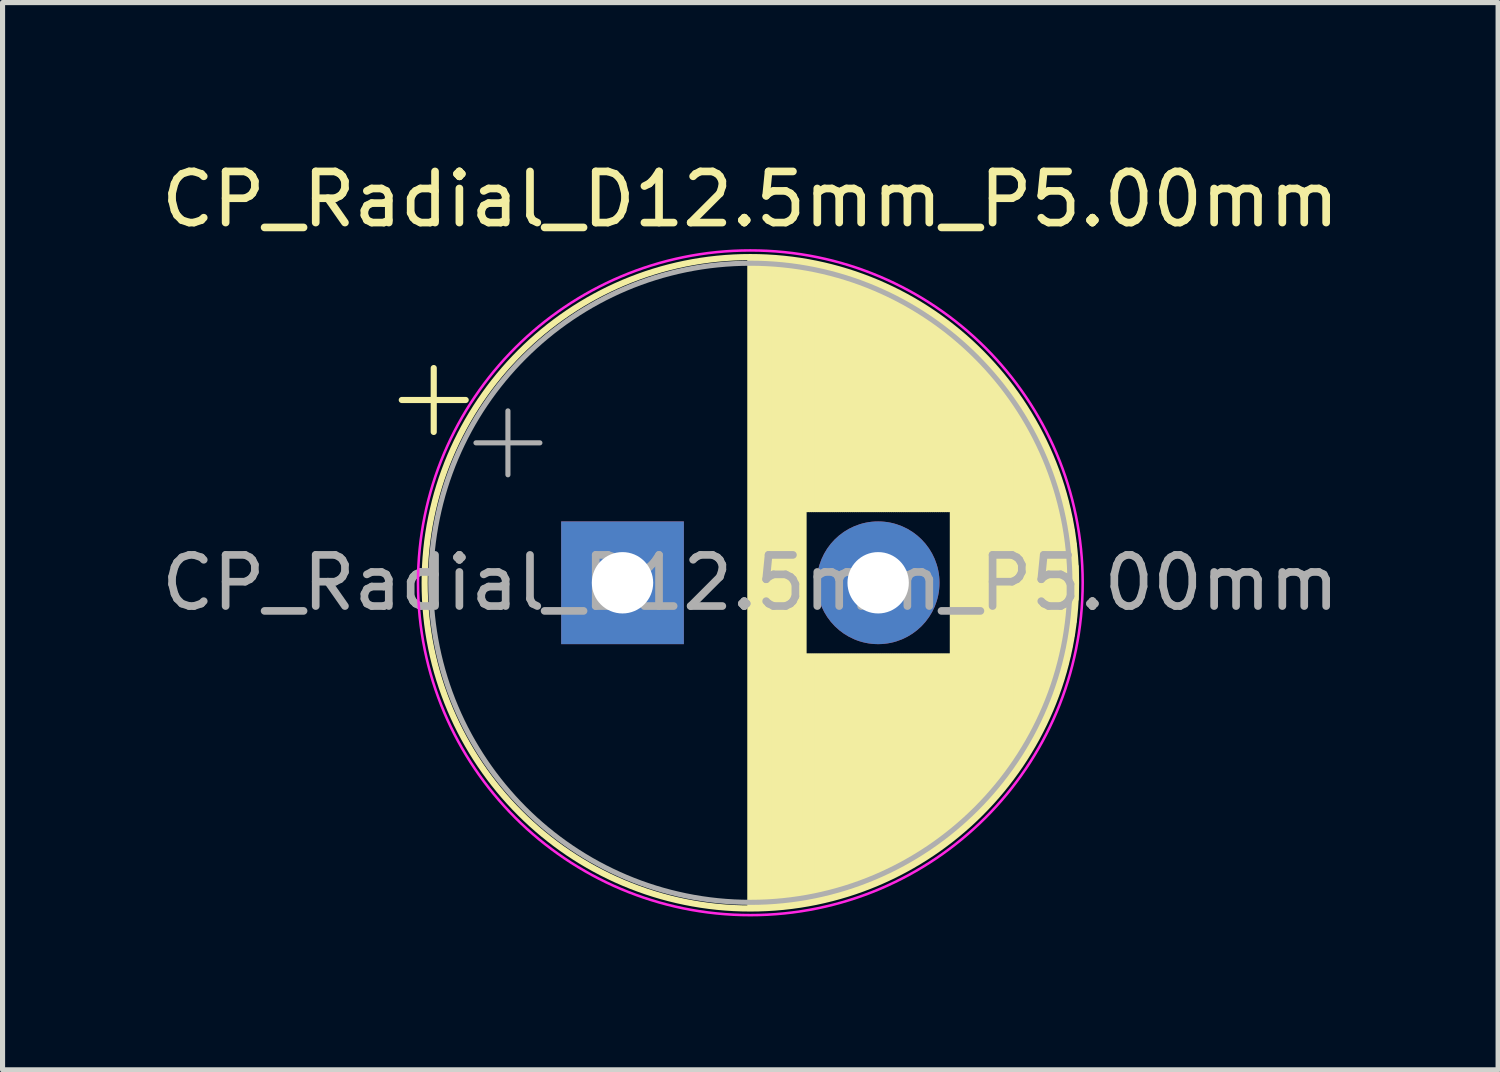
<source format=kicad_pcb>
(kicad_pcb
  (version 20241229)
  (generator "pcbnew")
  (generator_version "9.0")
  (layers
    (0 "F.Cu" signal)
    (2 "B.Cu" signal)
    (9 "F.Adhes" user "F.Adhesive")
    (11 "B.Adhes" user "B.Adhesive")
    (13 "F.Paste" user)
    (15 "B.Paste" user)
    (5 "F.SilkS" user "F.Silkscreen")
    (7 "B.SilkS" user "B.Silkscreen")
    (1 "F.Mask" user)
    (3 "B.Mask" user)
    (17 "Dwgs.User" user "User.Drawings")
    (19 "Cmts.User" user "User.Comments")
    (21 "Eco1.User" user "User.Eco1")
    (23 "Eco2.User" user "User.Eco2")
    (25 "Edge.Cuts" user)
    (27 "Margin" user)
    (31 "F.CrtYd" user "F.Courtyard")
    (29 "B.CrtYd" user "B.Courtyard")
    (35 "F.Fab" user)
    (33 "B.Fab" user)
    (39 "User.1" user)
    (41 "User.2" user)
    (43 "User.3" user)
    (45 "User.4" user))
  (footprint "CP_Radial_D12.5mm_P5.00mm"
    (layer "F.Cu")
    (at 9.125 8.348)
    (property "Reference" "CP_Radial_D12.5mm_P5.00mm" (at 2.5 -7.5 0) (layer "F.SilkS") (effects (font (size 1 1) (thickness 0.15))))
    (attr through_hole)
    (fp_line (start -4.317 -3.575) (end -3.067 -3.575) (stroke (width 0.12) (type solid)) (layer "F.SilkS"))
    (fp_line (start -3.692 -4.2) (end -3.692 -2.95) (stroke (width 0.12) (type solid)) (layer "F.SilkS"))
    (fp_line (start 2.5 -6.33) (end 2.5 6.33) (stroke (width 0.12) (type solid)) (layer "F.SilkS"))
    (fp_line (start 2.54 -6.33) (end 2.54 6.33) (stroke (width 0.12) (type solid)) (layer "F.SilkS"))
    (fp_line (start 2.58 -6.33) (end 2.58 6.33) (stroke (width 0.12) (type solid)) (layer "F.SilkS"))
    (fp_line (start 2.62 -6.329) (end 2.62 6.329) (stroke (width 0.12) (type solid)) (layer "F.SilkS"))
    (fp_line (start 2.66 -6.328) (end 2.66 6.328) (stroke (width 0.12) (type solid)) (layer "F.SilkS"))
    (fp_line (start 2.7 -6.327) (end 2.7 6.327) (stroke (width 0.12) (type solid)) (layer "F.SilkS"))
    (fp_line (start 2.74 -6.326) (end 2.74 6.326) (stroke (width 0.12) (type solid)) (layer "F.SilkS"))
    (fp_line (start 2.78 -6.324) (end 2.78 6.324) (stroke (width 0.12) (type solid)) (layer "F.SilkS"))
    (fp_line (start 2.82 -6.322) (end 2.82 6.322) (stroke (width 0.12) (type solid)) (layer "F.SilkS"))
    (fp_line (start 2.86 -6.32) (end 2.86 6.32) (stroke (width 0.12) (type solid)) (layer "F.SilkS"))
    (fp_line (start 2.9 -6.318) (end 2.9 6.318) (stroke (width 0.12) (type solid)) (layer "F.SilkS"))
    (fp_line (start 2.94 -6.315) (end 2.94 6.315) (stroke (width 0.12) (type solid)) (layer "F.SilkS"))
    (fp_line (start 2.98 -6.312) (end 2.98 6.312) (stroke (width 0.12) (type solid)) (layer "F.SilkS"))
    (fp_line (start 3.02 -6.309) (end 3.02 6.309) (stroke (width 0.12) (type solid)) (layer "F.SilkS"))
    (fp_line (start 3.06 -6.306) (end 3.06 6.306) (stroke (width 0.12) (type solid)) (layer "F.SilkS"))
    (fp_line (start 3.1 -6.302) (end 3.1 6.302) (stroke (width 0.12) (type solid)) (layer "F.SilkS"))
    (fp_line (start 3.14 -6.298) (end 3.14 6.298) (stroke (width 0.12) (type solid)) (layer "F.SilkS"))
    (fp_line (start 3.18 -6.294) (end 3.18 6.294) (stroke (width 0.12) (type solid)) (layer "F.SilkS"))
    (fp_line (start 3.221 -6.29) (end 3.221 6.29) (stroke (width 0.12) (type solid)) (layer "F.SilkS"))
    (fp_line (start 3.261 -6.285) (end 3.261 6.285) (stroke (width 0.12) (type solid)) (layer "F.SilkS"))
    (fp_line (start 3.301 -6.28) (end 3.301 6.28) (stroke (width 0.12) (type solid)) (layer "F.SilkS"))
    (fp_line (start 3.341 -6.275) (end 3.341 6.275) (stroke (width 0.12) (type solid)) (layer "F.SilkS"))
    (fp_line (start 3.381 -6.269) (end 3.381 6.269) (stroke (width 0.12) (type solid)) (layer "F.SilkS"))
    (fp_line (start 3.421 -6.264) (end 3.421 6.264) (stroke (width 0.12) (type solid)) (layer "F.SilkS"))
    (fp_line (start 3.461 -6.258) (end 3.461 6.258) (stroke (width 0.12) (type solid)) (layer "F.SilkS"))
    (fp_line (start 3.501 -6.252) (end 3.501 6.252) (stroke (width 0.12) (type solid)) (layer "F.SilkS"))
    (fp_line (start 3.541 -6.245) (end 3.541 6.245) (stroke (width 0.12) (type solid)) (layer "F.SilkS"))
    (fp_line (start 3.581 -6.238) (end 3.581 -1.44) (stroke (width 0.12) (type solid)) (layer "F.SilkS"))
    (fp_line (start 3.581 1.44) (end 3.581 6.238) (stroke (width 0.12) (type solid)) (layer "F.SilkS"))
    (fp_line (start 3.621 -6.231) (end 3.621 -1.44) (stroke (width 0.12) (type solid)) (layer "F.SilkS"))
    (fp_line (start 3.621 1.44) (end 3.621 6.231) (stroke (width 0.12) (type solid)) (layer "F.SilkS"))
    (fp_line (start 3.661 -6.224) (end 3.661 -1.44) (stroke (width 0.12) (type solid)) (layer "F.SilkS"))
    (fp_line (start 3.661 1.44) (end 3.661 6.224) (stroke (width 0.12) (type solid)) (layer "F.SilkS"))
    (fp_line (start 3.701 -6.216) (end 3.701 -1.44) (stroke (width 0.12) (type solid)) (layer "F.SilkS"))
    (fp_line (start 3.701 1.44) (end 3.701 6.216) (stroke (width 0.12) (type solid)) (layer "F.SilkS"))
    (fp_line (start 3.741 -6.209) (end 3.741 -1.44) (stroke (width 0.12) (type solid)) (layer "F.SilkS"))
    (fp_line (start 3.741 1.44) (end 3.741 6.209) (stroke (width 0.12) (type solid)) (layer "F.SilkS"))
    (fp_line (start 3.781 -6.201) (end 3.781 -1.44) (stroke (width 0.12) (type solid)) (layer "F.SilkS"))
    (fp_line (start 3.781 1.44) (end 3.781 6.201) (stroke (width 0.12) (type solid)) (layer "F.SilkS"))
    (fp_line (start 3.821 -6.192) (end 3.821 -1.44) (stroke (width 0.12) (type solid)) (layer "F.SilkS"))
    (fp_line (start 3.821 1.44) (end 3.821 6.192) (stroke (width 0.12) (type solid)) (layer "F.SilkS"))
    (fp_line (start 3.861 -6.184) (end 3.861 -1.44) (stroke (width 0.12) (type solid)) (layer "F.SilkS"))
    (fp_line (start 3.861 1.44) (end 3.861 6.184) (stroke (width 0.12) (type solid)) (layer "F.SilkS"))
    (fp_line (start 3.901 -6.175) (end 3.901 -1.44) (stroke (width 0.12) (type solid)) (layer "F.SilkS"))
    (fp_line (start 3.901 1.44) (end 3.901 6.175) (stroke (width 0.12) (type solid)) (layer "F.SilkS"))
    (fp_line (start 3.941 -6.166) (end 3.941 -1.44) (stroke (width 0.12) (type solid)) (layer "F.SilkS"))
    (fp_line (start 3.941 1.44) (end 3.941 6.166) (stroke (width 0.12) (type solid)) (layer "F.SilkS"))
    (fp_line (start 3.981 -6.156) (end 3.981 -1.44) (stroke (width 0.12) (type solid)) (layer "F.SilkS"))
    (fp_line (start 3.981 1.44) (end 3.981 6.156) (stroke (width 0.12) (type solid)) (layer "F.SilkS"))
    (fp_line (start 4.021 -6.146) (end 4.021 -1.44) (stroke (width 0.12) (type solid)) (layer "F.SilkS"))
    (fp_line (start 4.021 1.44) (end 4.021 6.146) (stroke (width 0.12) (type solid)) (layer "F.SilkS"))
    (fp_line (start 4.061 -6.137) (end 4.061 -1.44) (stroke (width 0.12) (type solid)) (layer "F.SilkS"))
    (fp_line (start 4.061 1.44) (end 4.061 6.137) (stroke (width 0.12) (type solid)) (layer "F.SilkS"))
    (fp_line (start 4.101 -6.126) (end 4.101 -1.44) (stroke (width 0.12) (type solid)) (layer "F.SilkS"))
    (fp_line (start 4.101 1.44) (end 4.101 6.126) (stroke (width 0.12) (type solid)) (layer "F.SilkS"))
    (fp_line (start 4.141 -6.116) (end 4.141 -1.44) (stroke (width 0.12) (type solid)) (layer "F.SilkS"))
    (fp_line (start 4.141 1.44) (end 4.141 6.116) (stroke (width 0.12) (type solid)) (layer "F.SilkS"))
    (fp_line (start 4.181 -6.105) (end 4.181 -1.44) (stroke (width 0.12) (type solid)) (layer "F.SilkS"))
    (fp_line (start 4.181 1.44) (end 4.181 6.105) (stroke (width 0.12) (type solid)) (layer "F.SilkS"))
    (fp_line (start 4.221 -6.094) (end 4.221 -1.44) (stroke (width 0.12) (type solid)) (layer "F.SilkS"))
    (fp_line (start 4.221 1.44) (end 4.221 6.094) (stroke (width 0.12) (type solid)) (layer "F.SilkS"))
    (fp_line (start 4.261 -6.083) (end 4.261 -1.44) (stroke (width 0.12) (type solid)) (layer "F.SilkS"))
    (fp_line (start 4.261 1.44) (end 4.261 6.083) (stroke (width 0.12) (type solid)) (layer "F.SilkS"))
    (fp_line (start 4.301 -6.071) (end 4.301 -1.44) (stroke (width 0.12) (type solid)) (layer "F.SilkS"))
    (fp_line (start 4.301 1.44) (end 4.301 6.071) (stroke (width 0.12) (type solid)) (layer "F.SilkS"))
    (fp_line (start 4.341 -6.059) (end 4.341 -1.44) (stroke (width 0.12) (type solid)) (layer "F.SilkS"))
    (fp_line (start 4.341 1.44) (end 4.341 6.059) (stroke (width 0.12) (type solid)) (layer "F.SilkS"))
    (fp_line (start 4.381 -6.047) (end 4.381 -1.44) (stroke (width 0.12) (type solid)) (layer "F.SilkS"))
    (fp_line (start 4.381 1.44) (end 4.381 6.047) (stroke (width 0.12) (type solid)) (layer "F.SilkS"))
    (fp_line (start 4.421 -6.034) (end 4.421 -1.44) (stroke (width 0.12) (type solid)) (layer "F.SilkS"))
    (fp_line (start 4.421 1.44) (end 4.421 6.034) (stroke (width 0.12) (type solid)) (layer "F.SilkS"))
    (fp_line (start 4.461 -6.021) (end 4.461 -1.44) (stroke (width 0.12) (type solid)) (layer "F.SilkS"))
    (fp_line (start 4.461 1.44) (end 4.461 6.021) (stroke (width 0.12) (type solid)) (layer "F.SilkS"))
    (fp_line (start 4.501 -6.008) (end 4.501 -1.44) (stroke (width 0.12) (type solid)) (layer "F.SilkS"))
    (fp_line (start 4.501 1.44) (end 4.501 6.008) (stroke (width 0.12) (type solid)) (layer "F.SilkS"))
    (fp_line (start 4.541 -5.995) (end 4.541 -1.44) (stroke (width 0.12) (type solid)) (layer "F.SilkS"))
    (fp_line (start 4.541 1.44) (end 4.541 5.995) (stroke (width 0.12) (type solid)) (layer "F.SilkS"))
    (fp_line (start 4.581 -5.981) (end 4.581 -1.44) (stroke (width 0.12) (type solid)) (layer "F.SilkS"))
    (fp_line (start 4.581 1.44) (end 4.581 5.981) (stroke (width 0.12) (type solid)) (layer "F.SilkS"))
    (fp_line (start 4.621 -5.967) (end 4.621 -1.44) (stroke (width 0.12) (type solid)) (layer "F.SilkS"))
    (fp_line (start 4.621 1.44) (end 4.621 5.967) (stroke (width 0.12) (type solid)) (layer "F.SilkS"))
    (fp_line (start 4.661 -5.953) (end 4.661 -1.44) (stroke (width 0.12) (type solid)) (layer "F.SilkS"))
    (fp_line (start 4.661 1.44) (end 4.661 5.953) (stroke (width 0.12) (type solid)) (layer "F.SilkS"))
    (fp_line (start 4.701 -5.939) (end 4.701 -1.44) (stroke (width 0.12) (type solid)) (layer "F.SilkS"))
    (fp_line (start 4.701 1.44) (end 4.701 5.939) (stroke (width 0.12) (type solid)) (layer "F.SilkS"))
    (fp_line (start 4.741 -5.924) (end 4.741 -1.44) (stroke (width 0.12) (type solid)) (layer "F.SilkS"))
    (fp_line (start 4.741 1.44) (end 4.741 5.924) (stroke (width 0.12) (type solid)) (layer "F.SilkS"))
    (fp_line (start 4.781 -5.908) (end 4.781 -1.44) (stroke (width 0.12) (type solid)) (layer "F.SilkS"))
    (fp_line (start 4.781 1.44) (end 4.781 5.908) (stroke (width 0.12) (type solid)) (layer "F.SilkS"))
    (fp_line (start 4.821 -5.893) (end 4.821 -1.44) (stroke (width 0.12) (type solid)) (layer "F.SilkS"))
    (fp_line (start 4.821 1.44) (end 4.821 5.893) (stroke (width 0.12) (type solid)) (layer "F.SilkS"))
    (fp_line (start 4.861 -5.877) (end 4.861 -1.44) (stroke (width 0.12) (type solid)) (layer "F.SilkS"))
    (fp_line (start 4.861 1.44) (end 4.861 5.877) (stroke (width 0.12) (type solid)) (layer "F.SilkS"))
    (fp_line (start 4.901 -5.861) (end 4.901 -1.44) (stroke (width 0.12) (type solid)) (layer "F.SilkS"))
    (fp_line (start 4.901 1.44) (end 4.901 5.861) (stroke (width 0.12) (type solid)) (layer "F.SilkS"))
    (fp_line (start 4.941 -5.845) (end 4.941 -1.44) (stroke (width 0.12) (type solid)) (layer "F.SilkS"))
    (fp_line (start 4.941 1.44) (end 4.941 5.845) (stroke (width 0.12) (type solid)) (layer "F.SilkS"))
    (fp_line (start 4.981 -5.828) (end 4.981 -1.44) (stroke (width 0.12) (type solid)) (layer "F.SilkS"))
    (fp_line (start 4.981 1.44) (end 4.981 5.828) (stroke (width 0.12) (type solid)) (layer "F.SilkS"))
    (fp_line (start 5.021 -5.811) (end 5.021 -1.44) (stroke (width 0.12) (type solid)) (layer "F.SilkS"))
    (fp_line (start 5.021 1.44) (end 5.021 5.811) (stroke (width 0.12) (type solid)) (layer "F.SilkS"))
    (fp_line (start 5.061 -5.793) (end 5.061 -1.44) (stroke (width 0.12) (type solid)) (layer "F.SilkS"))
    (fp_line (start 5.061 1.44) (end 5.061 5.793) (stroke (width 0.12) (type solid)) (layer "F.SilkS"))
    (fp_line (start 5.101 -5.776) (end 5.101 -1.44) (stroke (width 0.12) (type solid)) (layer "F.SilkS"))
    (fp_line (start 5.101 1.44) (end 5.101 5.776) (stroke (width 0.12) (type solid)) (layer "F.SilkS"))
    (fp_line (start 5.141 -5.758) (end 5.141 -1.44) (stroke (width 0.12) (type solid)) (layer "F.SilkS"))
    (fp_line (start 5.141 1.44) (end 5.141 5.758) (stroke (width 0.12) (type solid)) (layer "F.SilkS"))
    (fp_line (start 5.181 -5.739) (end 5.181 -1.44) (stroke (width 0.12) (type solid)) (layer "F.SilkS"))
    (fp_line (start 5.181 1.44) (end 5.181 5.739) (stroke (width 0.12) (type solid)) (layer "F.SilkS"))
    (fp_line (start 5.221 -5.721) (end 5.221 -1.44) (stroke (width 0.12) (type solid)) (layer "F.SilkS"))
    (fp_line (start 5.221 1.44) (end 5.221 5.721) (stroke (width 0.12) (type solid)) (layer "F.SilkS"))
    (fp_line (start 5.261 -5.702) (end 5.261 -1.44) (stroke (width 0.12) (type solid)) (layer "F.SilkS"))
    (fp_line (start 5.261 1.44) (end 5.261 5.702) (stroke (width 0.12) (type solid)) (layer "F.SilkS"))
    (fp_line (start 5.301 -5.682) (end 5.301 -1.44) (stroke (width 0.12) (type solid)) (layer "F.SilkS"))
    (fp_line (start 5.301 1.44) (end 5.301 5.682) (stroke (width 0.12) (type solid)) (layer "F.SilkS"))
    (fp_line (start 5.341 -5.662) (end 5.341 -1.44) (stroke (width 0.12) (type solid)) (layer "F.SilkS"))
    (fp_line (start 5.341 1.44) (end 5.341 5.662) (stroke (width 0.12) (type solid)) (layer "F.SilkS"))
    (fp_line (start 5.381 -5.642) (end 5.381 -1.44) (stroke (width 0.12) (type solid)) (layer "F.SilkS"))
    (fp_line (start 5.381 1.44) (end 5.381 5.642) (stroke (width 0.12) (type solid)) (layer "F.SilkS"))
    (fp_line (start 5.421 -5.622) (end 5.421 -1.44) (stroke (width 0.12) (type solid)) (layer "F.SilkS"))
    (fp_line (start 5.421 1.44) (end 5.421 5.622) (stroke (width 0.12) (type solid)) (layer "F.SilkS"))
    (fp_line (start 5.461 -5.601) (end 5.461 -1.44) (stroke (width 0.12) (type solid)) (layer "F.SilkS"))
    (fp_line (start 5.461 1.44) (end 5.461 5.601) (stroke (width 0.12) (type solid)) (layer "F.SilkS"))
    (fp_line (start 5.501 -5.58) (end 5.501 -1.44) (stroke (width 0.12) (type solid)) (layer "F.SilkS"))
    (fp_line (start 5.501 1.44) (end 5.501 5.58) (stroke (width 0.12) (type solid)) (layer "F.SilkS"))
    (fp_line (start 5.541 -5.558) (end 5.541 -1.44) (stroke (width 0.12) (type solid)) (layer "F.SilkS"))
    (fp_line (start 5.541 1.44) (end 5.541 5.558) (stroke (width 0.12) (type solid)) (layer "F.SilkS"))
    (fp_line (start 5.581 -5.536) (end 5.581 -1.44) (stroke (width 0.12) (type solid)) (layer "F.SilkS"))
    (fp_line (start 5.581 1.44) (end 5.581 5.536) (stroke (width 0.12) (type solid)) (layer "F.SilkS"))
    (fp_line (start 5.621 -5.514) (end 5.621 -1.44) (stroke (width 0.12) (type solid)) (layer "F.SilkS"))
    (fp_line (start 5.621 1.44) (end 5.621 5.514) (stroke (width 0.12) (type solid)) (layer "F.SilkS"))
    (fp_line (start 5.661 -5.491) (end 5.661 -1.44) (stroke (width 0.12) (type solid)) (layer "F.SilkS"))
    (fp_line (start 5.661 1.44) (end 5.661 5.491) (stroke (width 0.12) (type solid)) (layer "F.SilkS"))
    (fp_line (start 5.701 -5.468) (end 5.701 -1.44) (stroke (width 0.12) (type solid)) (layer "F.SilkS"))
    (fp_line (start 5.701 1.44) (end 5.701 5.468) (stroke (width 0.12) (type solid)) (layer "F.SilkS"))
    (fp_line (start 5.741 -5.445) (end 5.741 -1.44) (stroke (width 0.12) (type solid)) (layer "F.SilkS"))
    (fp_line (start 5.741 1.44) (end 5.741 5.445) (stroke (width 0.12) (type solid)) (layer "F.SilkS"))
    (fp_line (start 5.781 -5.421) (end 5.781 -1.44) (stroke (width 0.12) (type solid)) (layer "F.SilkS"))
    (fp_line (start 5.781 1.44) (end 5.781 5.421) (stroke (width 0.12) (type solid)) (layer "F.SilkS"))
    (fp_line (start 5.821 -5.397) (end 5.821 -1.44) (stroke (width 0.12) (type solid)) (layer "F.SilkS"))
    (fp_line (start 5.821 1.44) (end 5.821 5.397) (stroke (width 0.12) (type solid)) (layer "F.SilkS"))
    (fp_line (start 5.861 -5.372) (end 5.861 -1.44) (stroke (width 0.12) (type solid)) (layer "F.SilkS"))
    (fp_line (start 5.861 1.44) (end 5.861 5.372) (stroke (width 0.12) (type solid)) (layer "F.SilkS"))
    (fp_line (start 5.901 -5.347) (end 5.901 -1.44) (stroke (width 0.12) (type solid)) (layer "F.SilkS"))
    (fp_line (start 5.901 1.44) (end 5.901 5.347) (stroke (width 0.12) (type solid)) (layer "F.SilkS"))
    (fp_line (start 5.941 -5.322) (end 5.941 -1.44) (stroke (width 0.12) (type solid)) (layer "F.SilkS"))
    (fp_line (start 5.941 1.44) (end 5.941 5.322) (stroke (width 0.12) (type solid)) (layer "F.SilkS"))
    (fp_line (start 5.981 -5.296) (end 5.981 -1.44) (stroke (width 0.12) (type solid)) (layer "F.SilkS"))
    (fp_line (start 5.981 1.44) (end 5.981 5.296) (stroke (width 0.12) (type solid)) (layer "F.SilkS"))
    (fp_line (start 6.021 -5.27) (end 6.021 -1.44) (stroke (width 0.12) (type solid)) (layer "F.SilkS"))
    (fp_line (start 6.021 1.44) (end 6.021 5.27) (stroke (width 0.12) (type solid)) (layer "F.SilkS"))
    (fp_line (start 6.061 -5.243) (end 6.061 -1.44) (stroke (width 0.12) (type solid)) (layer "F.SilkS"))
    (fp_line (start 6.061 1.44) (end 6.061 5.243) (stroke (width 0.12) (type solid)) (layer "F.SilkS"))
    (fp_line (start 6.101 -5.216) (end 6.101 -1.44) (stroke (width 0.12) (type solid)) (layer "F.SilkS"))
    (fp_line (start 6.101 1.44) (end 6.101 5.216) (stroke (width 0.12) (type solid)) (layer "F.SilkS"))
    (fp_line (start 6.141 -5.188) (end 6.141 -1.44) (stroke (width 0.12) (type solid)) (layer "F.SilkS"))
    (fp_line (start 6.141 1.44) (end 6.141 5.188) (stroke (width 0.12) (type solid)) (layer "F.SilkS"))
    (fp_line (start 6.181 -5.16) (end 6.181 -1.44) (stroke (width 0.12) (type solid)) (layer "F.SilkS"))
    (fp_line (start 6.181 1.44) (end 6.181 5.16) (stroke (width 0.12) (type solid)) (layer "F.SilkS"))
    (fp_line (start 6.221 -5.131) (end 6.221 -1.44) (stroke (width 0.12) (type solid)) (layer "F.SilkS"))
    (fp_line (start 6.221 1.44) (end 6.221 5.131) (stroke (width 0.12) (type solid)) (layer "F.SilkS"))
    (fp_line (start 6.261 -5.102) (end 6.261 -1.44) (stroke (width 0.12) (type solid)) (layer "F.SilkS"))
    (fp_line (start 6.261 1.44) (end 6.261 5.102) (stroke (width 0.12) (type solid)) (layer "F.SilkS"))
    (fp_line (start 6.301 -5.073) (end 6.301 -1.44) (stroke (width 0.12) (type solid)) (layer "F.SilkS"))
    (fp_line (start 6.301 1.44) (end 6.301 5.073) (stroke (width 0.12) (type solid)) (layer "F.SilkS"))
    (fp_line (start 6.341 -5.043) (end 6.341 -1.44) (stroke (width 0.12) (type solid)) (layer "F.SilkS"))
    (fp_line (start 6.341 1.44) (end 6.341 5.043) (stroke (width 0.12) (type solid)) (layer "F.SilkS"))
    (fp_line (start 6.381 -5.012) (end 6.381 -1.44) (stroke (width 0.12) (type solid)) (layer "F.SilkS"))
    (fp_line (start 6.381 1.44) (end 6.381 5.012) (stroke (width 0.12) (type solid)) (layer "F.SilkS"))
    (fp_line (start 6.421 -4.982) (end 6.421 -1.44) (stroke (width 0.12) (type solid)) (layer "F.SilkS"))
    (fp_line (start 6.421 1.44) (end 6.421 4.982) (stroke (width 0.12) (type solid)) (layer "F.SilkS"))
    (fp_line (start 6.461 -4.95) (end 6.461 4.95) (stroke (width 0.12) (type solid)) (layer "F.SilkS"))
    (fp_line (start 6.501 -4.918) (end 6.501 4.918) (stroke (width 0.12) (type solid)) (layer "F.SilkS"))
    (fp_line (start 6.541 -4.885) (end 6.541 4.885) (stroke (width 0.12) (type solid)) (layer "F.SilkS"))
    (fp_line (start 6.581 -4.852) (end 6.581 4.852) (stroke (width 0.12) (type solid)) (layer "F.SilkS"))
    (fp_line (start 6.621 -4.819) (end 6.621 4.819) (stroke (width 0.12) (type solid)) (layer "F.SilkS"))
    (fp_line (start 6.661 -4.785) (end 6.661 4.785) (stroke (width 0.12) (type solid)) (layer "F.SilkS"))
    (fp_line (start 6.701 -4.75) (end 6.701 4.75) (stroke (width 0.12) (type solid)) (layer "F.SilkS"))
    (fp_line (start 6.741 -4.714) (end 6.741 4.714) (stroke (width 0.12) (type solid)) (layer "F.SilkS"))
    (fp_line (start 6.781 -4.678) (end 6.781 4.678) (stroke (width 0.12) (type solid)) (layer "F.SilkS"))
    (fp_line (start 6.821 -4.642) (end 6.821 4.642) (stroke (width 0.12) (type solid)) (layer "F.SilkS"))
    (fp_line (start 6.861 -4.605) (end 6.861 4.605) (stroke (width 0.12) (type solid)) (layer "F.SilkS"))
    (fp_line (start 6.901 -4.567) (end 6.901 4.567) (stroke (width 0.12) (type solid)) (layer "F.SilkS"))
    (fp_line (start 6.941 -4.528) (end 6.941 4.528) (stroke (width 0.12) (type solid)) (layer "F.SilkS"))
    (fp_line (start 6.981 -4.489) (end 6.981 4.489) (stroke (width 0.12) (type solid)) (layer "F.SilkS"))
    (fp_line (start 7.021 -4.449) (end 7.021 4.449) (stroke (width 0.12) (type solid)) (layer "F.SilkS"))
    (fp_line (start 7.061 -4.408) (end 7.061 4.408) (stroke (width 0.12) (type solid)) (layer "F.SilkS"))
    (fp_line (start 7.101 -4.367) (end 7.101 4.367) (stroke (width 0.12) (type solid)) (layer "F.SilkS"))
    (fp_line (start 7.141 -4.325) (end 7.141 4.325) (stroke (width 0.12) (type solid)) (layer "F.SilkS"))
    (fp_line (start 7.181 -4.282) (end 7.181 4.282) (stroke (width 0.12) (type solid)) (layer "F.SilkS"))
    (fp_line (start 7.221 -4.238) (end 7.221 4.238) (stroke (width 0.12) (type solid)) (layer "F.SilkS"))
    (fp_line (start 7.261 -4.194) (end 7.261 4.194) (stroke (width 0.12) (type solid)) (layer "F.SilkS"))
    (fp_line (start 7.301 -4.148) (end 7.301 4.148) (stroke (width 0.12) (type solid)) (layer "F.SilkS"))
    (fp_line (start 7.341 -4.102) (end 7.341 4.102) (stroke (width 0.12) (type solid)) (layer "F.SilkS"))
    (fp_line (start 7.381 -4.055) (end 7.381 4.055) (stroke (width 0.12) (type solid)) (layer "F.SilkS"))
    (fp_line (start 7.421 -4.007) (end 7.421 4.007) (stroke (width 0.12) (type solid)) (layer "F.SilkS"))
    (fp_line (start 7.461 -3.957) (end 7.461 3.957) (stroke (width 0.12) (type solid)) (layer "F.SilkS"))
    (fp_line (start 7.501 -3.907) (end 7.501 3.907) (stroke (width 0.12) (type solid)) (layer "F.SilkS"))
    (fp_line (start 7.541 -3.856) (end 7.541 3.856) (stroke (width 0.12) (type solid)) (layer "F.SilkS"))
    (fp_line (start 7.581 -3.804) (end 7.581 3.804) (stroke (width 0.12) (type solid)) (layer "F.SilkS"))
    (fp_line (start 7.621 -3.75) (end 7.621 3.75) (stroke (width 0.12) (type solid)) (layer "F.SilkS"))
    (fp_line (start 7.661 -3.696) (end 7.661 3.696) (stroke (width 0.12) (type solid)) (layer "F.SilkS"))
    (fp_line (start 7.701 -3.64) (end 7.701 3.64) (stroke (width 0.12) (type solid)) (layer "F.SilkS"))
    (fp_line (start 7.741 -3.583) (end 7.741 3.583) (stroke (width 0.12) (type solid)) (layer "F.SilkS"))
    (fp_line (start 7.781 -3.524) (end 7.781 3.524) (stroke (width 0.12) (type solid)) (layer "F.SilkS"))
    (fp_line (start 7.821 -3.464) (end 7.821 3.464) (stroke (width 0.12) (type solid)) (layer "F.SilkS"))
    (fp_line (start 7.861 -3.402) (end 7.861 3.402) (stroke (width 0.12) (type solid)) (layer "F.SilkS"))
    (fp_line (start 7.901 -3.339) (end 7.901 3.339) (stroke (width 0.12) (type solid)) (layer "F.SilkS"))
    (fp_line (start 7.941 -3.275) (end 7.941 3.275) (stroke (width 0.12) (type solid)) (layer "F.SilkS"))
    (fp_line (start 7.981 -3.208) (end 7.981 3.208) (stroke (width 0.12) (type solid)) (layer "F.SilkS"))
    (fp_line (start 8.021 -3.14) (end 8.021 3.14) (stroke (width 0.12) (type solid)) (layer "F.SilkS"))
    (fp_line (start 8.061 -3.069) (end 8.061 3.069) (stroke (width 0.12) (type solid)) (layer "F.SilkS"))
    (fp_line (start 8.101 -2.996) (end 8.101 2.996) (stroke (width 0.12) (type solid)) (layer "F.SilkS"))
    (fp_line (start 8.141 -2.921) (end 8.141 2.921) (stroke (width 0.12) (type solid)) (layer "F.SilkS"))
    (fp_line (start 8.181 -2.844) (end 8.181 2.844) (stroke (width 0.12) (type solid)) (layer "F.SilkS"))
    (fp_line (start 8.221 -2.764) (end 8.221 2.764) (stroke (width 0.12) (type solid)) (layer "F.SilkS"))
    (fp_line (start 8.261 -2.681) (end 8.261 2.681) (stroke (width 0.12) (type solid)) (layer "F.SilkS"))
    (fp_line (start 8.301 -2.594) (end 8.301 2.594) (stroke (width 0.12) (type solid)) (layer "F.SilkS"))
    (fp_line (start 8.341 -2.504) (end 8.341 2.504) (stroke (width 0.12) (type solid)) (layer "F.SilkS"))
    (fp_line (start 8.381 -2.41) (end 8.381 2.41) (stroke (width 0.12) (type solid)) (layer "F.SilkS"))
    (fp_line (start 8.421 -2.312) (end 8.421 2.312) (stroke (width 0.12) (type solid)) (layer "F.SilkS"))
    (fp_line (start 8.461 -2.209) (end 8.461 2.209) (stroke (width 0.12) (type solid)) (layer "F.SilkS"))
    (fp_line (start 8.501 -2.1) (end 8.501 2.1) (stroke (width 0.12) (type solid)) (layer "F.SilkS"))
    (fp_line (start 8.541 -1.984) (end 8.541 1.984) (stroke (width 0.12) (type solid)) (layer "F.SilkS"))
    (fp_line (start 8.581 -1.861) (end 8.581 1.861) (stroke (width 0.12) (type solid)) (layer "F.SilkS"))
    (fp_line (start 8.621 -1.728) (end 8.621 1.728) (stroke (width 0.12) (type solid)) (layer "F.SilkS"))
    (fp_line (start 8.661 -1.583) (end 8.661 1.583) (stroke (width 0.12) (type solid)) (layer "F.SilkS"))
    (fp_line (start 8.701 -1.422) (end 8.701 1.422) (stroke (width 0.12) (type solid)) (layer "F.SilkS"))
    (fp_line (start 8.741 -1.241) (end 8.741 1.241) (stroke (width 0.12) (type solid)) (layer "F.SilkS"))
    (fp_line (start 8.781 -1.028) (end 8.781 1.028) (stroke (width 0.12) (type solid)) (layer "F.SilkS"))
    (fp_line (start 8.821 -0.757) (end 8.821 0.757) (stroke (width 0.12) (type solid)) (layer "F.SilkS"))
    (fp_line (start 8.861 -0.317) (end 8.861 0.317) (stroke (width 0.12) (type solid)) (layer "F.SilkS"))
    (fp_circle (center 2.5 0) (end 8.87 0) (stroke (width 0.12) (type solid)) (fill no) (layer "F.SilkS"))
    (fp_circle (center 2.5 0) (end 9 0) (stroke (width 0.05) (type solid)) (fill no) (layer "F.CrtYd"))
    (fp_line (start -2.866 -2.737) (end -1.616 -2.737) (stroke (width 0.1) (type solid)) (layer "F.Fab"))
    (fp_line (start -2.241 -3.362) (end -2.241 -2.112) (stroke (width 0.1) (type solid)) (layer "F.Fab"))
    (fp_circle (center 2.5 0) (end 8.75 0) (stroke (width 0.1) (type solid)) (fill no) (layer "F.Fab"))
    (fp_text user "${REFERENCE}" (at 2.5 0 0) (layer "F.Fab") (effects (font (size 1 1) (thickness 0.15))))
    (pad "1" thru_hole rect (at 0 0) (size 2.4 2.4) (drill 1.2) (layers "*.Cu" "*.Mask"))
    (pad "2" thru_hole circle (at 5 0) (size 2.4 2.4) (drill 1.2) (layers "*.Cu" "*.Mask")))
  (gr_rect
    (start -3 -3)
    (end 26.25 17.873)
    (stroke (width 0.1) (type default))
    (fill no)
    (layer "Edge.Cuts")))
</source>
